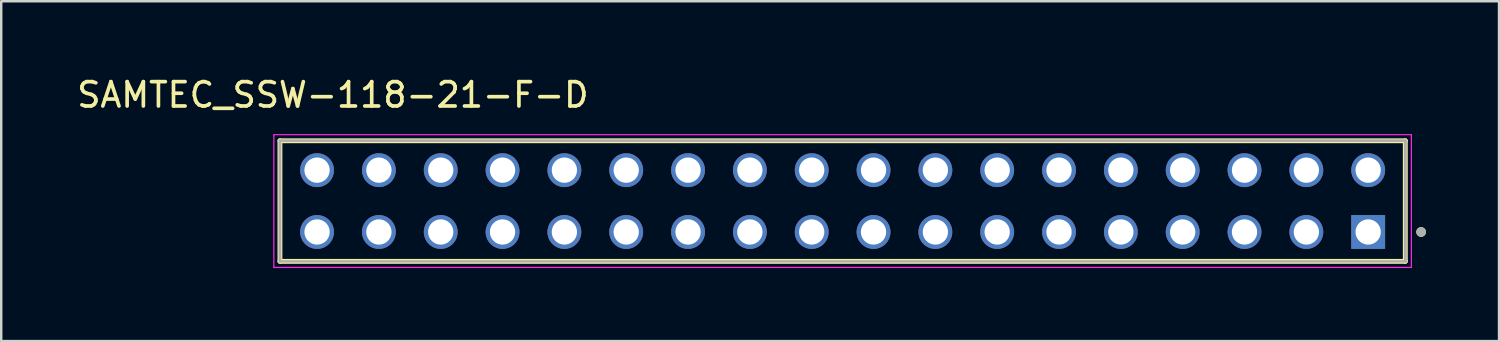
<source format=kicad_pcb>
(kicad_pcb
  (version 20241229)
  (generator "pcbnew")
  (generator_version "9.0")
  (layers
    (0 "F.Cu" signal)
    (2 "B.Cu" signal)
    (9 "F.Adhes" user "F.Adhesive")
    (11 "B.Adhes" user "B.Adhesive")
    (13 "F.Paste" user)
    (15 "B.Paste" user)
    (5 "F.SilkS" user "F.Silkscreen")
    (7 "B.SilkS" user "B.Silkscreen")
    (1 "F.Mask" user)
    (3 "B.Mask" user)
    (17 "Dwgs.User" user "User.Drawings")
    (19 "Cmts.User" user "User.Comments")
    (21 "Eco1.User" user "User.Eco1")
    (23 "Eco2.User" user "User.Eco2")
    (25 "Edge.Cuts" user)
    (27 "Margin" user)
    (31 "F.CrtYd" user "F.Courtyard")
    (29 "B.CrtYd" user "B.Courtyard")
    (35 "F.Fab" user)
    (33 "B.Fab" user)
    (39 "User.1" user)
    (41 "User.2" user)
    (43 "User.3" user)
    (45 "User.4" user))
  (footprint "SAMTEC_SSW-118-21-F-D"
    (layer "F.Cu")
    (at 53.155 6.48)
    (property "Reference" "SAMTEC_SSW-118-21-F-D" (at -42.53 -5.631 0) (layer "F.SilkS") (effects (font (size 1 1) (thickness 0.15))))
    (attr through_hole)
    (fp_line (start -44.705 1.206) (end -44.705 -3.747) (stroke (width 0.2) (type solid)) (layer "F.SilkS"))
    (fp_line (start 1.525 -3.747) (end -44.705 -3.747) (stroke (width 0.2) (type solid)) (layer "F.SilkS"))
    (fp_line (start 1.525 -3.747) (end 1.525 1.206) (stroke (width 0.2) (type solid)) (layer "F.SilkS"))
    (fp_line (start 1.525 1.206) (end -44.705 1.206) (stroke (width 0.2) (type solid)) (layer "F.SilkS"))
    (fp_circle (center 2.175 0) (end 2.275 0) (stroke (width 0.2) (type solid)) (fill no) (layer "F.SilkS"))
    (fp_line (start -44.955 -3.997) (end 1.775 -3.997) (stroke (width 0.05) (type solid)) (layer "F.CrtYd"))
    (fp_line (start -44.955 1.456) (end -44.955 -3.997) (stroke (width 0.05) (type solid)) (layer "F.CrtYd"))
    (fp_line (start 1.775 -3.997) (end 1.775 1.456) (stroke (width 0.05) (type solid)) (layer "F.CrtYd"))
    (fp_line (start 1.775 1.456) (end -44.955 1.456) (stroke (width 0.05) (type solid)) (layer "F.CrtYd"))
    (fp_line (start -44.705 -3.747) (end 1.525 -3.747) (stroke (width 0.1) (type solid)) (layer "F.Fab"))
    (fp_line (start -44.705 -3.747) (end 1.525 -3.747) (stroke (width 0.1) (type solid)) (layer "F.Fab"))
    (fp_line (start -44.705 1.206) (end -44.705 -3.747) (stroke (width 0.1) (type solid)) (layer "F.Fab"))
    (fp_line (start -44.705 1.206) (end -44.705 -3.747) (stroke (width 0.1) (type solid)) (layer "F.Fab"))
    (fp_line (start 1.525 -3.747) (end 1.525 1.206) (stroke (width 0.1) (type solid)) (layer "F.Fab"))
    (fp_line (start 1.525 -3.747) (end 1.525 1.206) (stroke (width 0.1) (type solid)) (layer "F.Fab"))
    (fp_line (start 1.525 1.206) (end -44.705 1.206) (stroke (width 0.1) (type solid)) (layer "F.Fab"))
    (fp_circle (center 2.175 0) (end 2.275 0) (stroke (width 0.2) (type solid)) (fill no) (layer "F.Fab"))
    (pad "01" thru_hole rect (at 0 0) (size 1.39 1.39) (drill 1.04) (layers "*.Cu" "*.Mask"))
    (pad "02" thru_hole circle (at 0 -2.54) (size 1.39 1.39) (drill 1.04) (layers "*.Cu" "*.Mask"))
    (pad "03" thru_hole circle (at -2.54 0) (size 1.39 1.39) (drill 1.04) (layers "*.Cu" "*.Mask"))
    (pad "04" thru_hole circle (at -2.54 -2.54) (size 1.39 1.39) (drill 1.04) (layers "*.Cu" "*.Mask"))
    (pad "05" thru_hole circle (at -5.08 0) (size 1.39 1.39) (drill 1.04) (layers "*.Cu" "*.Mask"))
    (pad "06" thru_hole circle (at -5.08 -2.54) (size 1.39 1.39) (drill 1.04) (layers "*.Cu" "*.Mask"))
    (pad "07" thru_hole circle (at -7.62 0) (size 1.39 1.39) (drill 1.04) (layers "*.Cu" "*.Mask"))
    (pad "08" thru_hole circle (at -7.62 -2.54) (size 1.39 1.39) (drill 1.04) (layers "*.Cu" "*.Mask"))
    (pad "09" thru_hole circle (at -10.16 0) (size 1.39 1.39) (drill 1.04) (layers "*.Cu" "*.Mask"))
    (pad "10" thru_hole circle (at -10.16 -2.54) (size 1.39 1.39) (drill 1.04) (layers "*.Cu" "*.Mask"))
    (pad "11" thru_hole circle (at -12.7 0) (size 1.39 1.39) (drill 1.04) (layers "*.Cu" "*.Mask"))
    (pad "12" thru_hole circle (at -12.7 -2.54) (size 1.39 1.39) (drill 1.04) (layers "*.Cu" "*.Mask"))
    (pad "13" thru_hole circle (at -15.24 0) (size 1.39 1.39) (drill 1.04) (layers "*.Cu" "*.Mask"))
    (pad "14" thru_hole circle (at -15.24 -2.54) (size 1.39 1.39) (drill 1.04) (layers "*.Cu" "*.Mask"))
    (pad "15" thru_hole circle (at -17.78 0) (size 1.39 1.39) (drill 1.04) (layers "*.Cu" "*.Mask"))
    (pad "16" thru_hole circle (at -17.78 -2.54) (size 1.39 1.39) (drill 1.04) (layers "*.Cu" "*.Mask"))
    (pad "17" thru_hole circle (at -20.32 0) (size 1.39 1.39) (drill 1.04) (layers "*.Cu" "*.Mask"))
    (pad "18" thru_hole circle (at -20.32 -2.54) (size 1.39 1.39) (drill 1.04) (layers "*.Cu" "*.Mask"))
    (pad "19" thru_hole circle (at -22.86 0) (size 1.39 1.39) (drill 1.04) (layers "*.Cu" "*.Mask"))
    (pad "20" thru_hole circle (at -22.86 -2.54) (size 1.39 1.39) (drill 1.04) (layers "*.Cu" "*.Mask"))
    (pad "21" thru_hole circle (at -25.4 0) (size 1.39 1.39) (drill 1.04) (layers "*.Cu" "*.Mask"))
    (pad "22" thru_hole circle (at -25.4 -2.54) (size 1.39 1.39) (drill 1.04) (layers "*.Cu" "*.Mask"))
    (pad "23" thru_hole circle (at -27.94 0) (size 1.39 1.39) (drill 1.04) (layers "*.Cu" "*.Mask"))
    (pad "24" thru_hole circle (at -27.94 -2.54) (size 1.39 1.39) (drill 1.04) (layers "*.Cu" "*.Mask"))
    (pad "25" thru_hole circle (at -30.48 0) (size 1.39 1.39) (drill 1.04) (layers "*.Cu" "*.Mask"))
    (pad "26" thru_hole circle (at -30.48 -2.54) (size 1.39 1.39) (drill 1.04) (layers "*.Cu" "*.Mask"))
    (pad "27" thru_hole circle (at -33.02 0) (size 1.39 1.39) (drill 1.04) (layers "*.Cu" "*.Mask"))
    (pad "28" thru_hole circle (at -33.02 -2.54) (size 1.39 1.39) (drill 1.04) (layers "*.Cu" "*.Mask"))
    (pad "29" thru_hole circle (at -35.56 0) (size 1.39 1.39) (drill 1.04) (layers "*.Cu" "*.Mask"))
    (pad "30" thru_hole circle (at -35.56 -2.54) (size 1.39 1.39) (drill 1.04) (layers "*.Cu" "*.Mask"))
    (pad "31" thru_hole circle (at -38.1 0) (size 1.39 1.39) (drill 1.04) (layers "*.Cu" "*.Mask"))
    (pad "32" thru_hole circle (at -38.1 -2.54) (size 1.39 1.39) (drill 1.04) (layers "*.Cu" "*.Mask"))
    (pad "33" thru_hole circle (at -40.64 0) (size 1.39 1.39) (drill 1.04) (layers "*.Cu" "*.Mask"))
    (pad "34" thru_hole circle (at -40.64 -2.54) (size 1.39 1.39) (drill 1.04) (layers "*.Cu" "*.Mask"))
    (pad "35" thru_hole circle (at -43.18 0) (size 1.39 1.39) (drill 1.04) (layers "*.Cu" "*.Mask"))
    (pad "36" thru_hole circle (at -43.18 -2.54) (size 1.39 1.39) (drill 1.04) (layers "*.Cu" "*.Mask")))
  (gr_rect
    (start -3 -3)
    (end 58.53 10.961)
    (stroke (width 0.1) (type default))
    (fill no)
    (layer "Edge.Cuts")))
</source>
